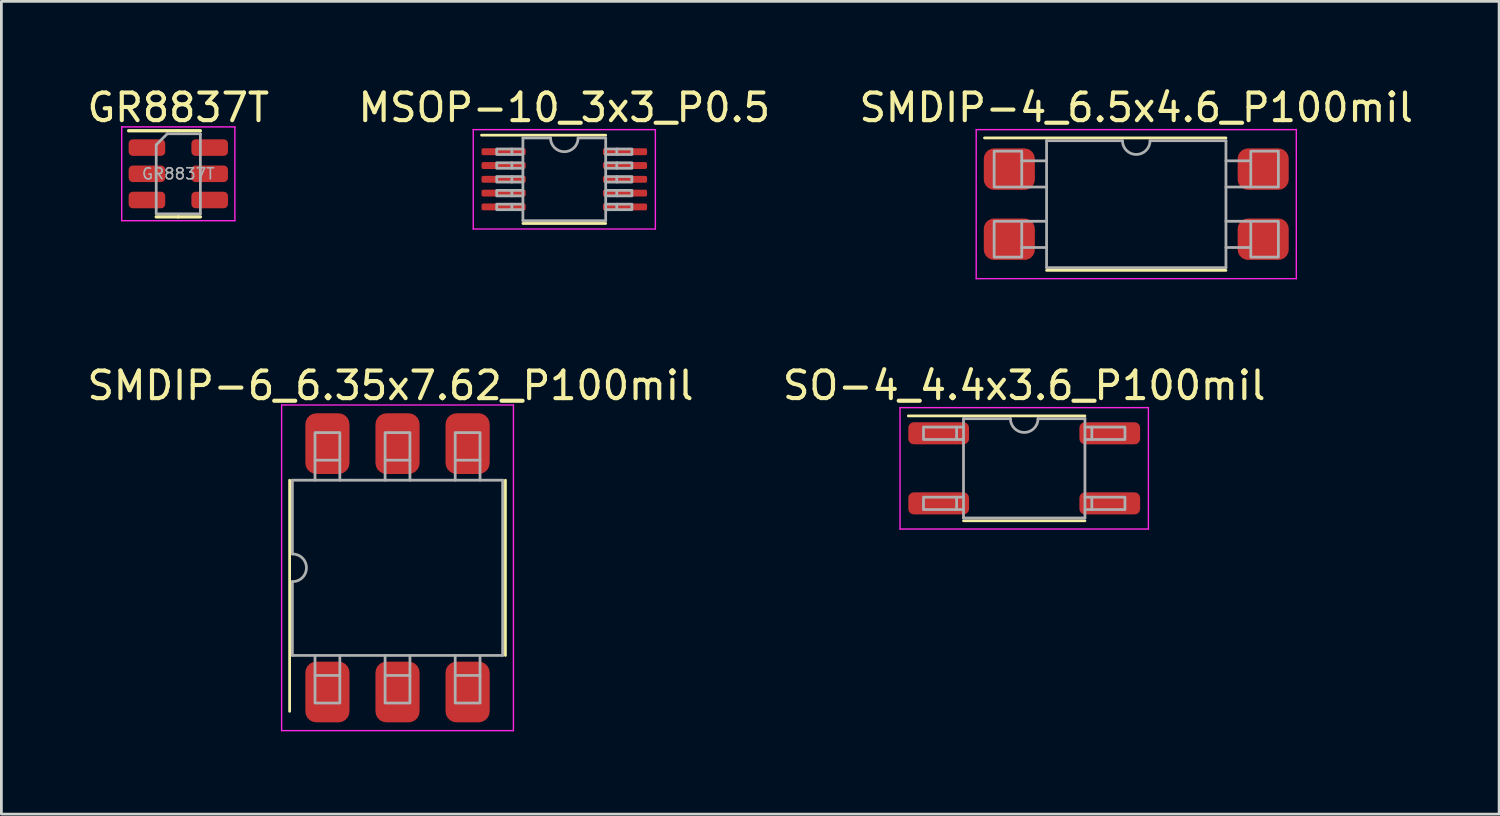
<source format=kicad_pcb>
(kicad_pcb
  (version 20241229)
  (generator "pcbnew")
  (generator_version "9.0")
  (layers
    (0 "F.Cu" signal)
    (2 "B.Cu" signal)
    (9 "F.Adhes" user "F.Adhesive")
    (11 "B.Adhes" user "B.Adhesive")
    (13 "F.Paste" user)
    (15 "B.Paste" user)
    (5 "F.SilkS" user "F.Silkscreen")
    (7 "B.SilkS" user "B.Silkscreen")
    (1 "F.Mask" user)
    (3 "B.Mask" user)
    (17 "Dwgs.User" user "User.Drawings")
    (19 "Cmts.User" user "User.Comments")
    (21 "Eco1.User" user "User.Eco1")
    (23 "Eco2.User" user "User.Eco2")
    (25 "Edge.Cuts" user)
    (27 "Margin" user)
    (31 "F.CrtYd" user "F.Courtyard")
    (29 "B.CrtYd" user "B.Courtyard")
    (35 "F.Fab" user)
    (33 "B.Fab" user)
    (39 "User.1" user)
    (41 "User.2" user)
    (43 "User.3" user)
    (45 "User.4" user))
  (footprint "SO-4_4.4x3.6_P100mil"
    (layer "F.Cu")
    (at 34.065 13.921)
    (property "Reference" "SO-4_4.4x3.6_P100mil" (at 0 -3 0) (layer "F.SilkS") (effects (font (size 1 1) (thickness 0.15))))
    (attr smd)
    (fp_line (start -2.2 1.9) (end 2.2 1.9) (stroke (width 0.1) (type solid)) (layer "F.SilkS"))
    (fp_line (start 2.2 -1.9) (end -4.2 -1.9) (stroke (width 0.1) (type solid)) (layer "F.SilkS"))
    (fp_line (start -4.5 -2.2) (end -4.5 2.2) (stroke (width 0.05) (type solid)) (layer "F.CrtYd"))
    (fp_line (start -4.5 2.2) (end 4.5 2.2) (stroke (width 0.05) (type solid)) (layer "F.CrtYd"))
    (fp_line (start 4.5 -2.2) (end -4.5 -2.2) (stroke (width 0.05) (type solid)) (layer "F.CrtYd"))
    (fp_line (start 4.5 2.2) (end 4.5 -2.2) (stroke (width 0.05) (type solid)) (layer "F.CrtYd"))
    (fp_line (start -2.45 -1.495) (end -2.2 -1.495) (stroke (width 0.1) (type solid)) (layer "F.Fab"))
    (fp_line (start -2.45 -1.045) (end -2.2 -1.045) (stroke (width 0.1) (type solid)) (layer "F.Fab"))
    (fp_line (start -2.45 1.045) (end -2.2 1.045) (stroke (width 0.1) (type solid)) (layer "F.Fab"))
    (fp_line (start -2.45 1.495) (end -2.2 1.495) (stroke (width 0.1) (type solid)) (layer "F.Fab"))
    (fp_line (start -2.2 -1.8) (end -0.5 -1.8) (stroke (width 0.1) (type solid)) (layer "F.Fab"))
    (fp_line (start -2.2 1.8) (end -2.2 -1.8) (stroke (width 0.1) (type solid)) (layer "F.Fab"))
    (fp_line (start 2.2 -1.8) (end 0.5 -1.8) (stroke (width 0.1) (type solid)) (layer "F.Fab"))
    (fp_line (start 2.2 -1.8) (end 2.2 1.8) (stroke (width 0.1) (type solid)) (layer "F.Fab"))
    (fp_line (start 2.2 1.8) (end -2.2 1.8) (stroke (width 0.1) (type solid)) (layer "F.Fab"))
    (fp_line (start 2.45 -1.495) (end 2.2 -1.495) (stroke (width 0.1) (type solid)) (layer "F.Fab"))
    (fp_line (start 2.45 -1.045) (end 2.2 -1.045) (stroke (width 0.1) (type solid)) (layer "F.Fab"))
    (fp_line (start 2.45 1.045) (end 2.2 1.045) (stroke (width 0.1) (type solid)) (layer "F.Fab"))
    (fp_line (start 2.45 1.495) (end 2.2 1.495) (stroke (width 0.1) (type solid)) (layer "F.Fab"))
    (fp_arc (start 0.5 -1.8) (mid 0 -1.3) (end -0.5 -1.8) (stroke (width 0.1) (type solid)) (layer "F.Fab"))
    (fp_poly (pts (xy -3.65 -1.495) (xy -2.45 -1.495) (xy -2.45 -1.045) (xy -3.65 -1.045)) (stroke (width 0.1) (type solid)) (fill no) (layer "F.Fab"))
    (fp_poly (pts (xy -3.65 1.045) (xy -2.45 1.045) (xy -2.45 1.495) (xy -3.65 1.495)) (stroke (width 0.1) (type solid)) (fill no) (layer "F.Fab"))
    (fp_poly (pts (xy 3.65 -1.045) (xy 2.45 -1.045) (xy 2.45 -1.495) (xy 3.65 -1.495)) (stroke (width 0.1) (type solid)) (fill no) (layer "F.Fab"))
    (fp_poly (pts (xy 3.65 1.495) (xy 2.45 1.495) (xy 2.45 1.045) (xy 3.65 1.045)) (stroke (width 0.1) (type solid)) (fill no) (layer "F.Fab"))
    (pad "1" smd roundrect (at -3.1 -1.27) (size 2.2 0.8) (layers "F.Cu" "F.Mask" "F.Paste") (roundrect_rratio 0.25))
    (pad "2" smd roundrect (at -3.1 1.27) (size 2.2 0.8) (layers "F.Cu" "F.Mask" "F.Paste") (roundrect_rratio 0.25))
    (pad "3" smd roundrect (at 3.1 1.27) (size 2.2 0.8) (layers "F.Cu" "F.Mask" "F.Paste") (roundrect_rratio 0.25))
    (pad "4" smd roundrect (at 3.1 -1.27) (size 2.2 0.8) (layers "F.Cu" "F.Mask" "F.Paste") (roundrect_rratio 0.25)))
  (footprint "MSOP-10_3x3_P0.5"
    (layer "F.Cu")
    (at 17.399 3.448)
    (property "Reference" "MSOP-10_3x3_P0.5" (at 0 -2.6 0) (layer "F.SilkS") (effects (font (size 1 1) (thickness 0.15))))
    (attr smd)
    (fp_line (start -3 -1.6) (end 1.5 -1.6) (stroke (width 0.1) (type solid)) (layer "F.SilkS"))
    (fp_line (start -1.5 1.6) (end 1.5 1.6) (stroke (width 0.1) (type solid)) (layer "F.SilkS"))
    (fp_line (start -3.3 -1.8) (end -3.3 1.8) (stroke (width 0.05) (type solid)) (layer "F.CrtYd"))
    (fp_line (start -3.3 1.8) (end 3.3 1.8) (stroke (width 0.05) (type solid)) (layer "F.CrtYd"))
    (fp_line (start 3.3 -1.8) (end -3.3 -1.8) (stroke (width 0.05) (type solid)) (layer "F.CrtYd"))
    (fp_line (start 3.3 1.8) (end 3.3 -1.8) (stroke (width 0.05) (type solid)) (layer "F.CrtYd"))
    (fp_line (start -1.9 -1.1) (end -1.5 -1.1) (stroke (width 0.1) (type solid)) (layer "F.Fab"))
    (fp_line (start -1.9 -0.9) (end -1.5 -0.9) (stroke (width 0.1) (type solid)) (layer "F.Fab"))
    (fp_line (start -1.9 -0.6) (end -1.5 -0.6) (stroke (width 0.1) (type solid)) (layer "F.Fab"))
    (fp_line (start -1.9 -0.4) (end -1.5 -0.4) (stroke (width 0.1) (type solid)) (layer "F.Fab"))
    (fp_line (start -1.9 -0.1) (end -1.5 -0.1) (stroke (width 0.1) (type solid)) (layer "F.Fab"))
    (fp_line (start -1.9 0.1) (end -1.5 0.1) (stroke (width 0.1) (type solid)) (layer "F.Fab"))
    (fp_line (start -1.9 0.4) (end -1.5 0.4) (stroke (width 0.1) (type solid)) (layer "F.Fab"))
    (fp_line (start -1.9 0.6) (end -1.5 0.6) (stroke (width 0.1) (type solid)) (layer "F.Fab"))
    (fp_line (start -1.9 0.9) (end -1.5 0.9) (stroke (width 0.1) (type solid)) (layer "F.Fab"))
    (fp_line (start -1.9 1.1) (end -1.5 1.1) (stroke (width 0.1) (type solid)) (layer "F.Fab"))
    (fp_line (start -1.5 -1.5) (end -1.5 1.5) (stroke (width 0.1) (type solid)) (layer "F.Fab"))
    (fp_line (start -1.5 1.5) (end 1.5 1.5) (stroke (width 0.1) (type solid)) (layer "F.Fab"))
    (fp_line (start -0.5 -1.5) (end -1.5 -1.5) (stroke (width 0.1) (type solid)) (layer "F.Fab"))
    (fp_line (start 1.5 -1.5) (end 0.5 -1.5) (stroke (width 0.1) (type solid)) (layer "F.Fab"))
    (fp_line (start 1.5 1.5) (end 1.5 -1.5) (stroke (width 0.1) (type solid)) (layer "F.Fab"))
    (fp_line (start 1.9 -1.1) (end 1.5 -1.1) (stroke (width 0.1) (type solid)) (layer "F.Fab"))
    (fp_line (start 1.9 -0.9) (end 1.5 -0.9) (stroke (width 0.1) (type solid)) (layer "F.Fab"))
    (fp_line (start 1.9 -0.6) (end 1.5 -0.6) (stroke (width 0.1) (type solid)) (layer "F.Fab"))
    (fp_line (start 1.9 -0.4) (end 1.5 -0.4) (stroke (width 0.1) (type solid)) (layer "F.Fab"))
    (fp_line (start 1.9 -0.1) (end 1.5 -0.1) (stroke (width 0.1) (type solid)) (layer "F.Fab"))
    (fp_line (start 1.9 0.1) (end 1.5 0.1) (stroke (width 0.1) (type solid)) (layer "F.Fab"))
    (fp_line (start 1.9 0.4) (end 1.5 0.4) (stroke (width 0.1) (type solid)) (layer "F.Fab"))
    (fp_line (start 1.9 0.6) (end 1.5 0.6) (stroke (width 0.1) (type solid)) (layer "F.Fab"))
    (fp_line (start 1.9 0.9) (end 1.5 0.9) (stroke (width 0.1) (type solid)) (layer "F.Fab"))
    (fp_line (start 1.9 1.1) (end 1.5 1.1) (stroke (width 0.1) (type solid)) (layer "F.Fab"))
    (fp_arc (start 0.5 -1.5) (mid 0 -1) (end -0.5 -1.5) (stroke (width 0.1) (type solid)) (layer "F.Fab"))
    (fp_poly (pts (xy -1.9 -0.9) (xy -2.45 -0.9) (xy -2.45 -1.1) (xy -1.9 -1.1)) (stroke (width 0.1) (type solid)) (fill no) (layer "F.Fab"))
    (fp_poly (pts (xy -1.9 -0.4) (xy -2.45 -0.4) (xy -2.45 -0.6) (xy -1.9 -0.6)) (stroke (width 0.1) (type solid)) (fill no) (layer "F.Fab"))
    (fp_poly (pts (xy -1.9 0.1) (xy -2.45 0.1) (xy -2.45 -0.1) (xy -1.9 -0.1)) (stroke (width 0.1) (type solid)) (fill no) (layer "F.Fab"))
    (fp_poly (pts (xy -1.9 0.6) (xy -2.45 0.6) (xy -2.45 0.4) (xy -1.9 0.4)) (stroke (width 0.1) (type solid)) (fill no) (layer "F.Fab"))
    (fp_poly (pts (xy -1.9 1.1) (xy -2.45 1.1) (xy -2.45 0.9) (xy -1.9 0.9)) (stroke (width 0.1) (type solid)) (fill no) (layer "F.Fab"))
    (fp_poly (pts (xy 1.9 -1.1) (xy 2.45 -1.1) (xy 2.45 -0.9) (xy 1.9 -0.9)) (stroke (width 0.1) (type solid)) (fill no) (layer "F.Fab"))
    (fp_poly (pts (xy 1.9 -0.6) (xy 2.45 -0.6) (xy 2.45 -0.4) (xy 1.9 -0.4)) (stroke (width 0.1) (type solid)) (fill no) (layer "F.Fab"))
    (fp_poly (pts (xy 1.9 -0.1) (xy 2.45 -0.1) (xy 2.45 0.1) (xy 1.9 0.1)) (stroke (width 0.1) (type solid)) (fill no) (layer "F.Fab"))
    (fp_poly (pts (xy 1.9 0.4) (xy 2.45 0.4) (xy 2.45 0.6) (xy 1.9 0.6)) (stroke (width 0.1) (type solid)) (fill no) (layer "F.Fab"))
    (fp_poly (pts (xy 1.9 0.9) (xy 2.45 0.9) (xy 2.45 1.1) (xy 1.9 1.1)) (stroke (width 0.1) (type solid)) (fill no) (layer "F.Fab"))
    (pad "1" smd roundrect (at -2.2 -1) (size 1.6 0.25) (layers "F.Cu" "F.Mask" "F.Paste") (roundrect_rratio 0.25))
    (pad "2" smd roundrect (at -2.2 -0.5) (size 1.6 0.25) (layers "F.Cu" "F.Mask" "F.Paste") (roundrect_rratio 0.25))
    (pad "3" smd roundrect (at -2.2 0) (size 1.6 0.25) (layers "F.Cu" "F.Mask" "F.Paste") (roundrect_rratio 0.25))
    (pad "4" smd roundrect (at -2.2 0.5) (size 1.6 0.25) (layers "F.Cu" "F.Mask" "F.Paste") (roundrect_rratio 0.25))
    (pad "5" smd roundrect (at -2.2 1) (size 1.6 0.25) (layers "F.Cu" "F.Mask" "F.Paste") (roundrect_rratio 0.25))
    (pad "6" smd roundrect (at 2.2 1) (size 1.6 0.25) (layers "F.Cu" "F.Mask" "F.Paste") (roundrect_rratio 0.25))
    (pad "7" smd roundrect (at 2.2 0.5) (size 1.6 0.25) (layers "F.Cu" "F.Mask" "F.Paste") (roundrect_rratio 0.25))
    (pad "8" smd roundrect (at 2.2 0) (size 1.6 0.25) (layers "F.Cu" "F.Mask" "F.Paste") (roundrect_rratio 0.25))
    (pad "9" smd roundrect (at 2.2 -0.5) (size 1.6 0.25) (layers "F.Cu" "F.Mask" "F.Paste") (roundrect_rratio 0.25))
    (pad "10" smd roundrect (at 2.2 -1) (size 1.6 0.25) (layers "F.Cu" "F.Mask" "F.Paste") (roundrect_rratio 0.25)))
  (footprint "SMDIP-4_6.5x4.6_P100mil"
    (layer "F.Cu")
    (at 38.125 4.348)
    (property "Reference" "SMDIP-4_6.5x4.6_P100mil" (at 0 -3.5 0) (layer "F.SilkS") (effects (font (size 1 1) (thickness 0.15))))
    (attr smd)
    (fp_line (start -3.25 2.4) (end 3.25 2.4) (stroke (width 0.1) (type solid)) (layer "F.SilkS"))
    (fp_line (start 3.25 -2.4) (end -5.5 -2.4) (stroke (width 0.1) (type solid)) (layer "F.SilkS"))
    (fp_line (start -5.8 -2.7) (end 5.8 -2.7) (stroke (width 0.05) (type solid)) (layer "F.CrtYd"))
    (fp_line (start -5.8 2.7) (end -5.8 -2.7) (stroke (width 0.05) (type solid)) (layer "F.CrtYd"))
    (fp_line (start 5.8 -2.7) (end 5.8 2.7) (stroke (width 0.05) (type solid)) (layer "F.CrtYd"))
    (fp_line (start 5.8 2.7) (end -5.8 2.7) (stroke (width 0.05) (type solid)) (layer "F.CrtYd"))
    (fp_line (start -4.15 -1.57) (end -3.25 -1.57) (stroke (width 0.1) (type solid)) (layer "F.Fab"))
    (fp_line (start -4.15 -0.62) (end -3.25 -0.62) (stroke (width 0.1) (type solid)) (layer "F.Fab"))
    (fp_line (start -4.15 0.62) (end -3.25 0.62) (stroke (width 0.1) (type solid)) (layer "F.Fab"))
    (fp_line (start -4.15 1.57) (end -3.25 1.57) (stroke (width 0.1) (type solid)) (layer "F.Fab"))
    (fp_line (start -3.25 -2.3) (end -0.5 -2.3) (stroke (width 0.1) (type solid)) (layer "F.Fab"))
    (fp_line (start -3.25 2.3) (end -3.25 -2.3) (stroke (width 0.1) (type solid)) (layer "F.Fab"))
    (fp_line (start 3.25 -2.3) (end 0.5 -2.3) (stroke (width 0.1) (type solid)) (layer "F.Fab"))
    (fp_line (start 3.25 -2.3) (end 3.25 2.3) (stroke (width 0.1) (type solid)) (layer "F.Fab"))
    (fp_line (start 3.25 2.3) (end -3.25 2.3) (stroke (width 0.1) (type solid)) (layer "F.Fab"))
    (fp_line (start 4.15 -1.57) (end 3.25 -1.57) (stroke (width 0.1) (type solid)) (layer "F.Fab"))
    (fp_line (start 4.15 -0.62) (end 3.25 -0.62) (stroke (width 0.1) (type solid)) (layer "F.Fab"))
    (fp_line (start 4.15 0.62) (end 3.25 0.62) (stroke (width 0.1) (type solid)) (layer "F.Fab"))
    (fp_line (start 4.15 1.57) (end 3.25 1.57) (stroke (width 0.1) (type solid)) (layer "F.Fab"))
    (fp_arc (start 0.5 -2.3) (mid 0 -1.8) (end -0.5 -2.3) (stroke (width 0.1) (type solid)) (layer "F.Fab"))
    (fp_poly (pts (xy -5.15 -1.92) (xy -4.15 -1.92) (xy -4.15 -0.62) (xy -5.15 -0.62)) (stroke (width 0.1) (type solid)) (fill no) (layer "F.Fab"))
    (fp_poly (pts (xy -5.15 0.62) (xy -4.15 0.62) (xy -4.15 1.92) (xy -5.15 1.92)) (stroke (width 0.1) (type solid)) (fill no) (layer "F.Fab"))
    (fp_poly (pts (xy 5.15 -0.62) (xy 4.15 -0.62) (xy 4.15 -1.92) (xy 5.15 -1.92)) (stroke (width 0.1) (type solid)) (fill no) (layer "F.Fab"))
    (fp_poly (pts (xy 5.15 1.92) (xy 4.15 1.92) (xy 4.15 0.62) (xy 5.15 0.62)) (stroke (width 0.1) (type solid)) (fill no) (layer "F.Fab"))
    (pad "1" smd roundrect (at -4.6 -1.27) (size 1.85 1.5) (layers "F.Cu" "F.Mask" "F.Paste") (roundrect_rratio 0.25))
    (pad "2" smd roundrect (at -4.6 1.27) (size 1.85 1.5) (layers "F.Cu" "F.Mask" "F.Paste") (roundrect_rratio 0.25))
    (pad "3" smd roundrect (at 4.6 1.27) (size 1.85 1.5) (layers "F.Cu" "F.Mask" "F.Paste") (roundrect_rratio 0.25))
    (pad "4" smd roundrect (at 4.6 -1.27) (size 1.85 1.5) (layers "F.Cu" "F.Mask" "F.Paste") (roundrect_rratio 0.25)))
  (footprint "GR8837T"
    (layer "F.Cu")
    (at 3.411 3.248)
    (property "Reference" "GR8837T" (at 0 -2.4 0) (layer "F.SilkS") (effects (font (size 1 1) (thickness 0.15))))
    (attr smd)
    (fp_line (start 0 -1.56) (end -1.8 -1.56) (stroke (width 0.12) (type solid)) (layer "F.SilkS"))
    (fp_line (start 0 -1.56) (end 0.8 -1.56) (stroke (width 0.12) (type solid)) (layer "F.SilkS"))
    (fp_line (start 0 1.56) (end -0.8 1.56) (stroke (width 0.12) (type solid)) (layer "F.SilkS"))
    (fp_line (start 0 1.56) (end 0.8 1.56) (stroke (width 0.12) (type solid)) (layer "F.SilkS"))
    (fp_line (start -2.05 -1.7) (end -2.05 1.7) (stroke (width 0.05) (type solid)) (layer "F.CrtYd"))
    (fp_line (start -2.05 1.7) (end 2.05 1.7) (stroke (width 0.05) (type solid)) (layer "F.CrtYd"))
    (fp_line (start 2.05 -1.7) (end -2.05 -1.7) (stroke (width 0.05) (type solid)) (layer "F.CrtYd"))
    (fp_line (start 2.05 1.7) (end 2.05 -1.7) (stroke (width 0.05) (type solid)) (layer "F.CrtYd"))
    (fp_line (start -0.8 -1.05) (end -0.4 -1.45) (stroke (width 0.1) (type solid)) (layer "F.Fab"))
    (fp_line (start -0.8 1.45) (end -0.8 -1.05) (stroke (width 0.1) (type solid)) (layer "F.Fab"))
    (fp_line (start -0.4 -1.45) (end 0.8 -1.45) (stroke (width 0.1) (type solid)) (layer "F.Fab"))
    (fp_line (start 0.8 -1.45) (end 0.8 1.45) (stroke (width 0.1) (type solid)) (layer "F.Fab"))
    (fp_line (start 0.8 1.45) (end -0.8 1.45) (stroke (width 0.1) (type solid)) (layer "F.Fab"))
    (fp_text user "${REFERENCE}" (at 0 0 0) (layer "F.Fab") (effects (font (size 0.4 0.4) (thickness 0.06))))
    (pad "1" smd roundrect (at -1.137 -0.95) (size 1.325 0.6) (layers "F.Cu" "F.Mask" "F.Paste") (roundrect_rratio 0.25))
    (pad "2" smd roundrect (at -1.137 0) (size 1.325 0.6) (layers "F.Cu" "F.Mask" "F.Paste") (roundrect_rratio 0.25))
    (pad "3" smd roundrect (at -1.137 0.95) (size 1.325 0.6) (layers "F.Cu" "F.Mask" "F.Paste") (roundrect_rratio 0.25))
    (pad "4" smd roundrect (at 1.137 0.95) (size 1.325 0.6) (layers "F.Cu" "F.Mask" "F.Paste") (roundrect_rratio 0.25))
    (pad "5" smd roundrect (at 1.137 0) (size 1.325 0.6) (layers "F.Cu" "F.Mask" "F.Paste") (roundrect_rratio 0.25))
    (pad "6" smd roundrect (at 1.137 -0.95) (size 1.325 0.6) (layers "F.Cu" "F.Mask" "F.Paste") (roundrect_rratio 0.25)))
  (footprint "SMDIP-6_6.35x7.62_P100mil"
    (layer "F.Cu")
    (at 11.355 17.526)
    (property "Reference" "SMDIP-6_6.35x7.62_P100mil" (at -0.254 -6.604 0) (layer "F.SilkS") (effects (font (size 1 1) (thickness 0.15))))
    (attr smd)
    (fp_line (start -3.91 -3.175) (end -3.91 5.2) (stroke (width 0.1) (type solid)) (layer "F.SilkS"))
    (fp_line (start 3.91 3.175) (end 3.91 -3.175) (stroke (width 0.1) (type solid)) (layer "F.SilkS"))
    (fp_line (start -4.2 -5.9) (end -4.2 5.9) (stroke (width 0.05) (type solid)) (layer "F.CrtYd"))
    (fp_line (start -4.2 5.9) (end 4.2 5.9) (stroke (width 0.05) (type solid)) (layer "F.CrtYd"))
    (fp_line (start 4.2 -5.9) (end -4.2 -5.9) (stroke (width 0.05) (type solid)) (layer "F.CrtYd"))
    (fp_line (start 4.2 5.9) (end 4.2 -5.9) (stroke (width 0.05) (type solid)) (layer "F.CrtYd"))
    (fp_line (start -3.81 -3.175) (end -3.81 -0.5) (stroke (width 0.1) (type solid)) (layer "F.Fab"))
    (fp_line (start -3.81 -3.175) (end 3.81 -3.175) (stroke (width 0.1) (type solid)) (layer "F.Fab"))
    (fp_line (start -3.81 3.175) (end -3.81 0.5) (stroke (width 0.1) (type solid)) (layer "F.Fab"))
    (fp_line (start -2.99 -3.9) (end -2.99 -3.175) (stroke (width 0.1) (type solid)) (layer "F.Fab"))
    (fp_line (start -2.99 3.9) (end -2.99 3.175) (stroke (width 0.1) (type solid)) (layer "F.Fab"))
    (fp_line (start -2.09 -3.9) (end -2.09 -3.175) (stroke (width 0.1) (type solid)) (layer "F.Fab"))
    (fp_line (start -2.09 3.9) (end -2.09 3.175) (stroke (width 0.1) (type solid)) (layer "F.Fab"))
    (fp_line (start -0.45 -3.9) (end -0.45 -3.175) (stroke (width 0.1) (type solid)) (layer "F.Fab"))
    (fp_line (start -0.45 3.9) (end -0.45 3.175) (stroke (width 0.1) (type solid)) (layer "F.Fab"))
    (fp_line (start 0.45 -3.9) (end 0.45 -3.175) (stroke (width 0.1) (type solid)) (layer "F.Fab"))
    (fp_line (start 0.45 3.9) (end 0.45 3.175) (stroke (width 0.1) (type solid)) (layer "F.Fab"))
    (fp_line (start 2.09 -3.9) (end 2.09 -3.175) (stroke (width 0.1) (type solid)) (layer "F.Fab"))
    (fp_line (start 2.09 3.9) (end 2.09 3.175) (stroke (width 0.1) (type solid)) (layer "F.Fab"))
    (fp_line (start 2.99 -3.9) (end 2.99 -3.175) (stroke (width 0.1) (type solid)) (layer "F.Fab"))
    (fp_line (start 2.99 3.9) (end 2.99 3.175) (stroke (width 0.1) (type solid)) (layer "F.Fab"))
    (fp_line (start 3.81 -3.175) (end 3.81 3.175) (stroke (width 0.1) (type solid)) (layer "F.Fab"))
    (fp_line (start 3.81 3.175) (end -3.81 3.175) (stroke (width 0.1) (type solid)) (layer "F.Fab"))
    (fp_arc (start -3.81 -0.5) (mid -3.2999 0) (end -3.81 0.5) (stroke (width 0.1) (type solid)) (layer "F.Fab"))
    (fp_poly (pts (xy -2.99 4.9) (xy -2.99 3.9) (xy -2.09 3.9) (xy -2.09 4.9)) (stroke (width 0.1) (type solid)) (fill no) (layer "F.Fab"))
    (fp_poly (pts (xy -2.09 -4.9) (xy -2.09 -3.9) (xy -2.99 -3.9) (xy -2.99 -4.9)) (stroke (width 0.1) (type solid)) (fill no) (layer "F.Fab"))
    (fp_poly (pts (xy -0.45 4.9) (xy -0.45 3.9) (xy 0.45 3.9) (xy 0.45 4.9)) (stroke (width 0.1) (type solid)) (fill no) (layer "F.Fab"))
    (fp_poly (pts (xy 0.45 -4.9) (xy 0.45 -3.9) (xy -0.45 -3.9) (xy -0.45 -4.9)) (stroke (width 0.1) (type solid)) (fill no) (layer "F.Fab"))
    (fp_poly (pts (xy 2.09 4.9) (xy 2.09 3.9) (xy 2.99 3.9) (xy 2.99 4.9)) (stroke (width 0.1) (type solid)) (fill no) (layer "F.Fab"))
    (fp_poly (pts (xy 2.99 -4.9) (xy 2.99 -3.9) (xy 2.09 -3.9) (xy 2.09 -4.9)) (stroke (width 0.1) (type solid)) (fill no) (layer "F.Fab"))
    (pad "1" smd roundrect (at -2.54 4.5 90) (size 2.2 1.6) (layers "F.Cu" "F.Mask" "F.Paste") (roundrect_rratio 0.25))
    (pad "2" smd roundrect (at 0 4.5 90) (size 2.2 1.6) (layers "F.Cu" "F.Mask" "F.Paste") (roundrect_rratio 0.25))
    (pad "3" smd roundrect (at 2.54 4.5 90) (size 2.2 1.6) (layers "F.Cu" "F.Mask" "F.Paste") (roundrect_rratio 0.25))
    (pad "4" smd roundrect (at 2.54 -4.5 90) (size 2.2 1.6) (layers "F.Cu" "F.Mask" "F.Paste") (roundrect_rratio 0.25))
    (pad "5" smd roundrect (at 0 -4.5 90) (size 2.2 1.6) (layers "F.Cu" "F.Mask" "F.Paste") (roundrect_rratio 0.25))
    (pad "6" smd roundrect (at -2.54 -4.5 90) (size 2.2 1.6) (layers "F.Cu" "F.Mask" "F.Paste") (roundrect_rratio 0.25)))
  (gr_rect
    (start -3 -3)
    (end 51.274 26.451)
    (stroke (width 0.1) (type default))
    (fill no)
    (layer "Edge.Cuts")))
</source>
